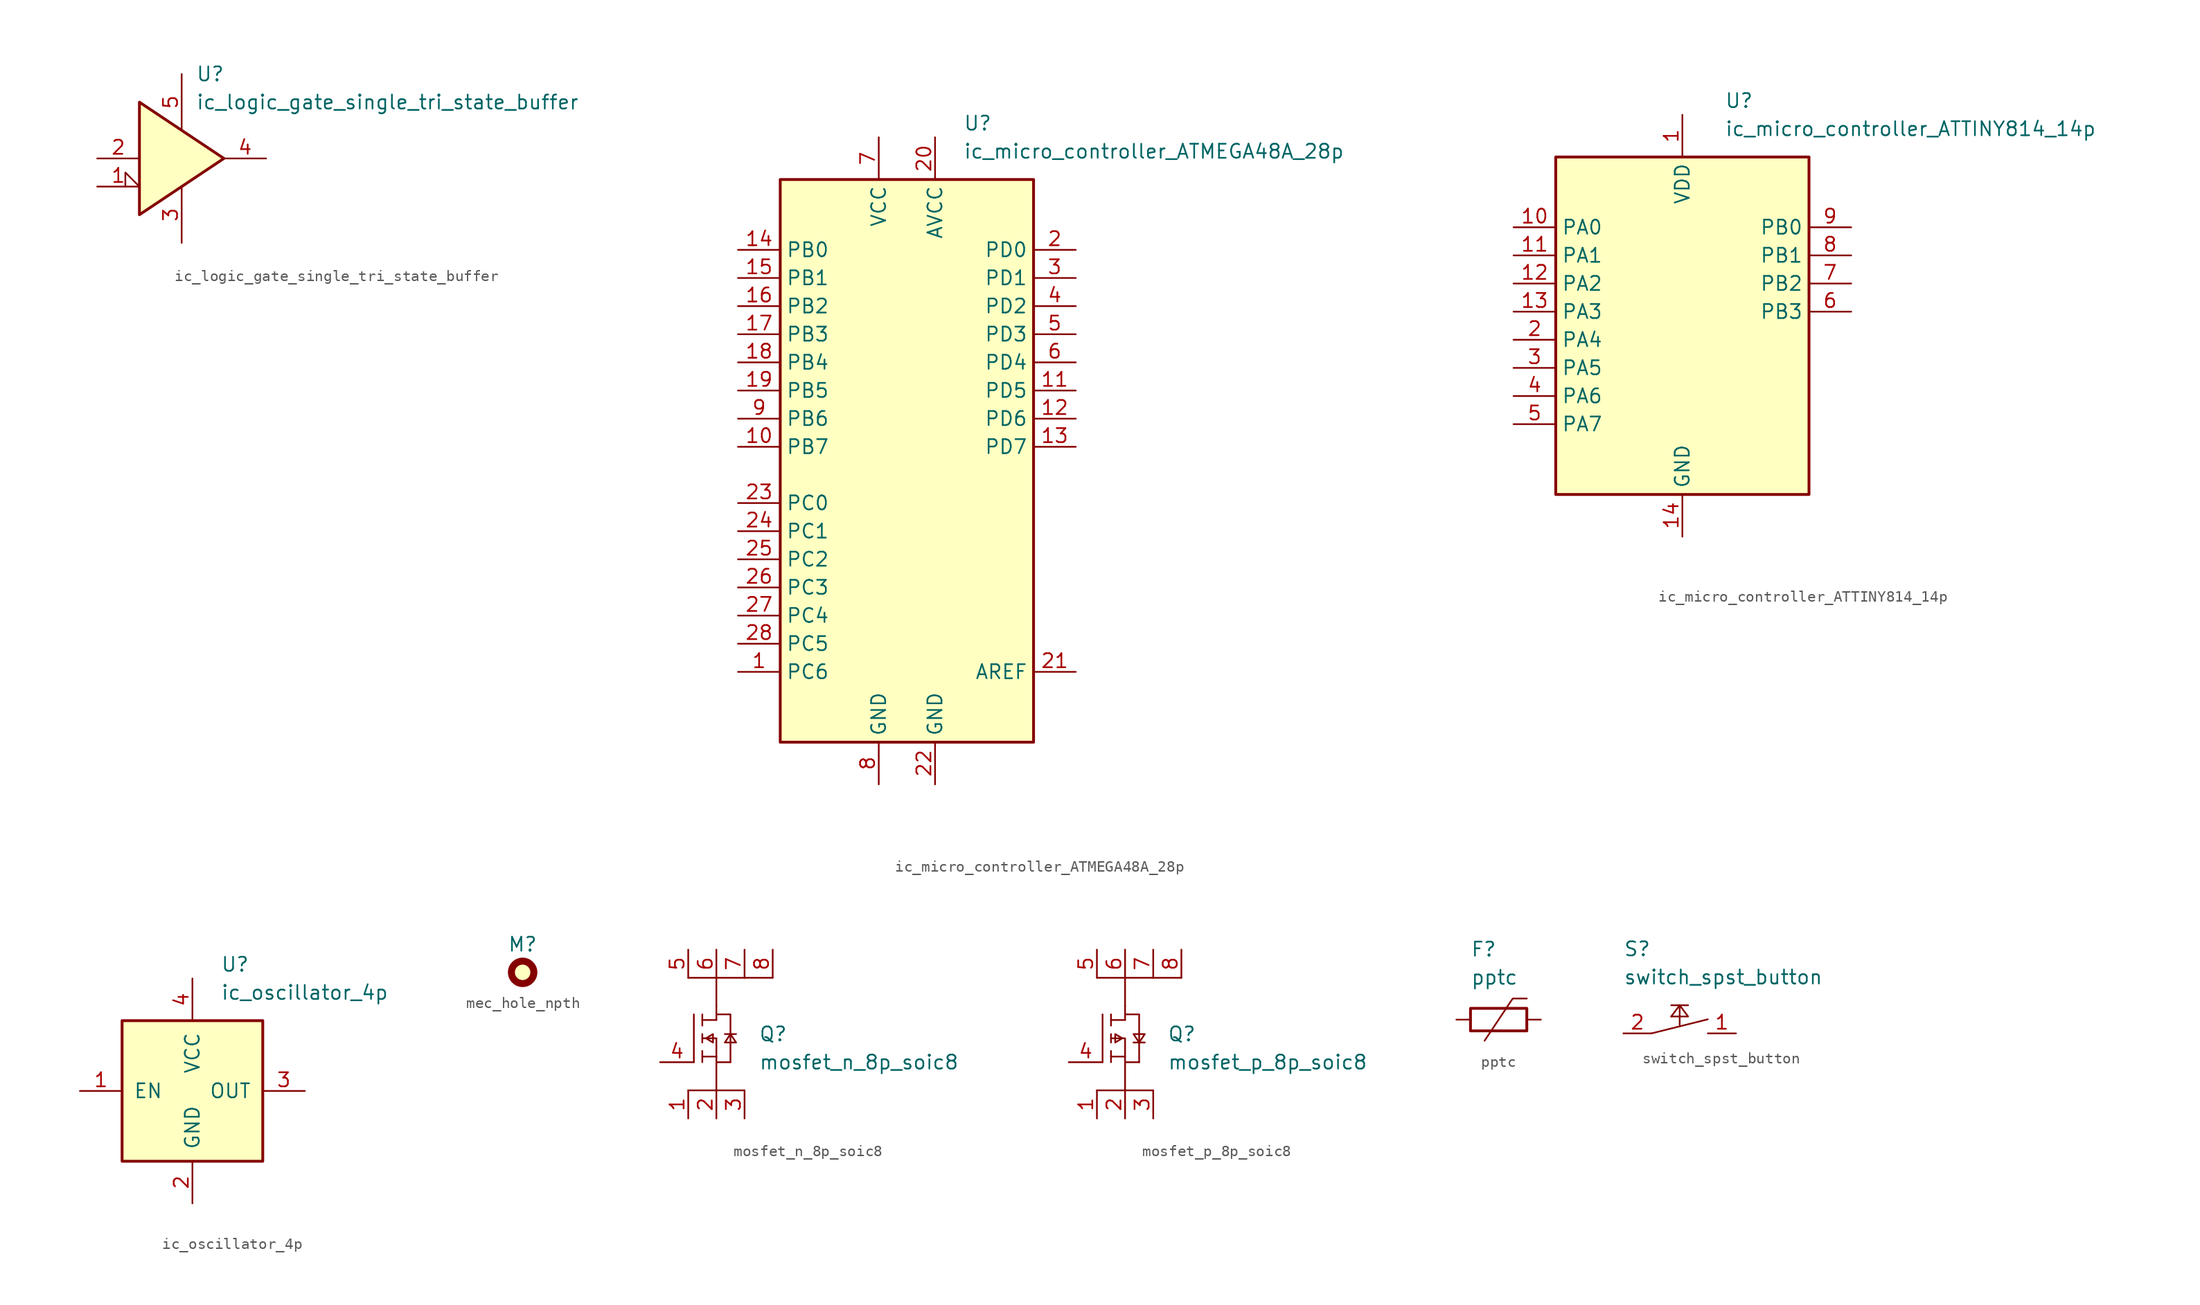
<source format=kicad_sym>
(kicad_symbol_lib
  (version 20241209)
  (generator "kicad_symbol_editor")
  (generator_version "9.0")
  (symbol "ic_logic_gate_single_tri_state_buffer"
    (pin_names
      (offset 1.016))
    (property "Reference" "U"
      (at 8.89 7.62 0)
      (effects (font (size 1.27 1.27)) (justify left)))
    (property "Value" "ic_logic_gate_single_tri_state_buffer"
      (at 8.89 5.08 0)
      (effects (font (size 1.27 1.27)) (justify left)))
    (symbol "ic_logic_gate_single_tri_state_buffer_1_1"
      (polyline (pts (xy 11.43 0) (xy 3.81 5.08) (xy 3.81 -5.08) (xy 11.43 0)) (stroke (width 0.254) (type default)) (fill (type background)))
      (pin input line (at 0 0 0) (length 3.81) (name "~" (effects (font (size 1.27 1.27)))) (number "2" (effects (font (size 1.27 1.27)))))
      (pin input input_low (at 0 -2.54 0) (length 3.81) (name "~" (effects (font (size 1.27 1.27)))) (number "1" (effects (font (size 1.27 1.27)))))
      (pin power_in line (at 7.62 7.62 270) (length 5.08) (name "~" (effects (font (size 1.27 1.27)))) (number "5" (effects (font (size 1.27 1.27)))))
      (pin power_in line (at 7.62 -7.62 90) (length 5.08) (name "~" (effects (font (size 1.27 1.27)))) (number "3" (effects (font (size 1.27 1.27)))))
      (pin tri_state line (at 15.24 0 180) (length 3.81) (name "~" (effects (font (size 1.27 1.27)))) (number "4" (effects (font (size 1.27 1.27)))))))
  (symbol "ic_micro_controller_ATMEGA48A_28p"
    (property "Reference" "U"
      (at 20.32 11.43 0)
      (effects (font (size 1.27 1.27)) (justify left)))
    (property "Value" "ic_micro_controller_ATMEGA48A_28p"
      (at 20.32 8.89 0)
      (effects (font (size 1.27 1.27)) (justify left)))
    (symbol "ic_micro_controller_ATMEGA48A_28p_0_1"
      (rectangle (start 3.81 6.35) (end 26.67 -44.45) (stroke (width 0.254) (type default)) (fill (type background))))
    (symbol "ic_micro_controller_ATMEGA48A_28p_1_1"
      (pin bidirectional line (at 0 0 0) (length 3.81) (name "PB0" (effects (font (size 1.27 1.27)))) (number "14" (effects (font (size 1.27 1.27)))))
      (pin bidirectional line (at 0 -2.54 0) (length 3.81) (name "PB1" (effects (font (size 1.27 1.27)))) (number "15" (effects (font (size 1.27 1.27)))))
      (pin bidirectional line (at 0 -5.08 0) (length 3.81) (name "PB2" (effects (font (size 1.27 1.27)))) (number "16" (effects (font (size 1.27 1.27)))))
      (pin bidirectional line (at 0 -7.62 0) (length 3.81) (name "PB3" (effects (font (size 1.27 1.27)))) (number "17" (effects (font (size 1.27 1.27)))))
      (pin bidirectional line (at 0 -10.16 0) (length 3.81) (name "PB4" (effects (font (size 1.27 1.27)))) (number "18" (effects (font (size 1.27 1.27)))))
      (pin bidirectional line (at 0 -12.7 0) (length 3.81) (name "PB5" (effects (font (size 1.27 1.27)))) (number "19" (effects (font (size 1.27 1.27)))))
      (pin bidirectional line (at 0 -15.24 0) (length 3.81) (name "PB6" (effects (font (size 1.27 1.27)))) (number "9" (effects (font (size 1.27 1.27)))))
      (pin bidirectional line (at 0 -17.78 0) (length 3.81) (name "PB7" (effects (font (size 1.27 1.27)))) (number "10" (effects (font (size 1.27 1.27)))))
      (pin bidirectional line (at 0 -22.86 0) (length 3.81) (name "PC0" (effects (font (size 1.27 1.27)))) (number "23" (effects (font (size 1.27 1.27)))))
      (pin bidirectional line (at 0 -25.4 0) (length 3.81) (name "PC1" (effects (font (size 1.27 1.27)))) (number "24" (effects (font (size 1.27 1.27)))))
      (pin bidirectional line (at 0 -27.94 0) (length 3.81) (name "PC2" (effects (font (size 1.27 1.27)))) (number "25" (effects (font (size 1.27 1.27)))))
      (pin bidirectional line (at 0 -30.48 0) (length 3.81) (name "PC3" (effects (font (size 1.27 1.27)))) (number "26" (effects (font (size 1.27 1.27)))))
      (pin bidirectional line (at 0 -33.02 0) (length 3.81) (name "PC4" (effects (font (size 1.27 1.27)))) (number "27" (effects (font (size 1.27 1.27)))))
      (pin bidirectional line (at 0 -35.56 0) (length 3.81) (name "PC5" (effects (font (size 1.27 1.27)))) (number "28" (effects (font (size 1.27 1.27)))))
      (pin bidirectional line (at 0 -38.1 0) (length 3.81) (name "PC6" (effects (font (size 1.27 1.27)))) (number "1" (effects (font (size 1.27 1.27)))))
      (pin power_in line (at 12.7 10.16 270) (length 3.81) (name "VCC" (effects (font (size 1.27 1.27)))) (number "7" (effects (font (size 1.27 1.27)))))
      (pin power_in line (at 12.7 -48.26 90) (length 3.81) (name "GND" (effects (font (size 1.27 1.27)))) (number "8" (effects (font (size 1.27 1.27)))))
      (pin power_in line (at 17.78 10.16 270) (length 3.81) (name "AVCC" (effects (font (size 1.27 1.27)))) (number "20" (effects (font (size 1.27 1.27)))))
      (pin power_in line (at 17.78 -48.26 90) (length 3.81) (name "GND" (effects (font (size 1.27 1.27)))) (number "22" (effects (font (size 1.27 1.27)))))
      (pin bidirectional line (at 30.48 0 180) (length 3.81) (name "PD0" (effects (font (size 1.27 1.27)))) (number "2" (effects (font (size 1.27 1.27)))))
      (pin bidirectional line (at 30.48 -2.54 180) (length 3.81) (name "PD1" (effects (font (size 1.27 1.27)))) (number "3" (effects (font (size 1.27 1.27)))))
      (pin bidirectional line (at 30.48 -5.08 180) (length 3.81) (name "PD2" (effects (font (size 1.27 1.27)))) (number "4" (effects (font (size 1.27 1.27)))))
      (pin bidirectional line (at 30.48 -7.62 180) (length 3.81) (name "PD3" (effects (font (size 1.27 1.27)))) (number "5" (effects (font (size 1.27 1.27)))))
      (pin bidirectional line (at 30.48 -10.16 180) (length 3.81) (name "PD4" (effects (font (size 1.27 1.27)))) (number "6" (effects (font (size 1.27 1.27)))))
      (pin bidirectional line (at 30.48 -12.7 180) (length 3.81) (name "PD5" (effects (font (size 1.27 1.27)))) (number "11" (effects (font (size 1.27 1.27)))))
      (pin bidirectional line (at 30.48 -15.24 180) (length 3.81) (name "PD6" (effects (font (size 1.27 1.27)))) (number "12" (effects (font (size 1.27 1.27)))))
      (pin bidirectional line (at 30.48 -17.78 180) (length 3.81) (name "PD7" (effects (font (size 1.27 1.27)))) (number "13" (effects (font (size 1.27 1.27)))))
      (pin power_in line (at 30.48 -38.1 180) (length 3.81) (name "AREF" (effects (font (size 1.27 1.27)))) (number "21" (effects (font (size 1.27 1.27)))))))
  (symbol "ic_micro_controller_ATTINY814_14p"
    (property "Reference" "U"
      (at 19.05 11.43 0)
      (effects (font (size 1.27 1.27)) (justify left)))
    (property "Value" "ic_micro_controller_ATTINY814_14p"
      (at 19.05 8.89 0)
      (effects (font (size 1.27 1.27)) (justify left)))
    (symbol "ic_micro_controller_ATTINY814_14p_0_1"
      (rectangle (start 3.81 6.35) (end 26.67 -24.13) (stroke (width 0.254) (type default)) (fill (type background))))
    (symbol "ic_micro_controller_ATTINY814_14p_1_1"
      (pin bidirectional line (at 0 0 0) (length 3.81) (name "PA0" (effects (font (size 1.27 1.27)))) (number "10" (effects (font (size 1.27 1.27)))))
      (pin bidirectional line (at 0 -2.54 0) (length 3.81) (name "PA1" (effects (font (size 1.27 1.27)))) (number "11" (effects (font (size 1.27 1.27)))))
      (pin bidirectional line (at 0 -5.08 0) (length 3.81) (name "PA2" (effects (font (size 1.27 1.27)))) (number "12" (effects (font (size 1.27 1.27)))))
      (pin bidirectional line (at 0 -7.62 0) (length 3.81) (name "PA3" (effects (font (size 1.27 1.27)))) (number "13" (effects (font (size 1.27 1.27)))))
      (pin bidirectional line (at 0 -10.16 0) (length 3.81) (name "PA4" (effects (font (size 1.27 1.27)))) (number "2" (effects (font (size 1.27 1.27)))))
      (pin bidirectional line (at 0 -12.7 0) (length 3.81) (name "PA5" (effects (font (size 1.27 1.27)))) (number "3" (effects (font (size 1.27 1.27)))))
      (pin bidirectional line (at 0 -15.24 0) (length 3.81) (name "PA6" (effects (font (size 1.27 1.27)))) (number "4" (effects (font (size 1.27 1.27)))))
      (pin bidirectional line (at 0 -17.78 0) (length 3.81) (name "PA7" (effects (font (size 1.27 1.27)))) (number "5" (effects (font (size 1.27 1.27)))))
      (pin power_in line (at 15.24 10.16 270) (length 3.81) (name "VDD" (effects (font (size 1.27 1.27)))) (number "1" (effects (font (size 1.27 1.27)))))
      (pin power_in line (at 15.24 -27.94 90) (length 3.81) (name "GND" (effects (font (size 1.27 1.27)))) (number "14" (effects (font (size 1.27 1.27)))))
      (pin bidirectional line (at 30.48 0 180) (length 3.81) (name "PB0" (effects (font (size 1.27 1.27)))) (number "9" (effects (font (size 1.27 1.27)))))
      (pin bidirectional line (at 30.48 -2.54 180) (length 3.81) (name "PB1" (effects (font (size 1.27 1.27)))) (number "8" (effects (font (size 1.27 1.27)))))
      (pin bidirectional line (at 30.48 -5.08 180) (length 3.81) (name "PB2" (effects (font (size 1.27 1.27)))) (number "7" (effects (font (size 1.27 1.27)))))
      (pin bidirectional line (at 30.48 -7.62 180) (length 3.81) (name "PB3" (effects (font (size 1.27 1.27)))) (number "6" (effects (font (size 1.27 1.27)))))))
  (symbol "ic_oscillator_4p"
    (pin_names
      (offset 1.016))
    (property "Reference" "U"
      (at 12.7 11.43 0)
      (effects (font (size 1.27 1.27)) (justify left)))
    (property "Value" "ic_oscillator_4p"
      (at 12.7 8.89 0)
      (effects (font (size 1.27 1.27)) (justify left)))
    (symbol "ic_oscillator_4p_0_1"
      (rectangle (start 3.81 6.35) (end 16.51 -6.35) (stroke (width 0.254) (type default)) (fill (type background))))
    (symbol "ic_oscillator_4p_1_1"
      (pin input line (at 0 0 0) (length 3.81) (name "EN" (effects (font (size 1.27 1.27)))) (number "1" (effects (font (size 1.27 1.27)))))
      (pin power_in line (at 10.16 10.16 270) (length 3.81) (name "VCC" (effects (font (size 1.27 1.27)))) (number "4" (effects (font (size 1.27 1.27)))))
      (pin power_in line (at 10.16 -10.16 90) (length 3.81) (name "GND" (effects (font (size 1.27 1.27)))) (number "2" (effects (font (size 1.27 1.27)))))
      (pin output line (at 20.32 0 180) (length 3.81) (name "OUT" (effects (font (size 1.27 1.27)))) (number "3" (effects (font (size 1.27 1.27)))))))
  (symbol "mec_hole_npth"
    (pin_numbers
      (hide yes))
    (pin_names
      (hide yes))
    (property "Reference" "M"
      (at 0 2.54 0)
      (effects (font (size 1.27 1.27))))
    (symbol "mec_hole_npth_1_1"
      (circle (center 0 0) (radius 1.016) (stroke (width 0.635) (type solid)) (fill (type background)))))
  (symbol "mosfet_n_8p_soic8"
    (property "Reference" "Q"
      (at 8.89 2.54 0)
      (effects (font (size 1.27 1.27)) (justify left)))
    (property "Value" "mosfet_n_8p_soic8"
      (at 8.89 0 0)
      (effects (font (size 1.27 1.27)) (justify left)))
    (symbol "mosfet_n_8p_soic8_0_1"
      (polyline (pts (xy 3.048 4.318) (xy 3.048 0)) (stroke (width 0) (type default)) (fill (type none)))
      (polyline (pts (xy 3.81 4.318) (xy 3.81 3.302)) (stroke (width 0) (type default)) (fill (type none)))
      (polyline (pts (xy 3.81 2.159) (xy 5.08 2.159) (xy 5.08 0)) (stroke (width 0) (type default)) (fill (type none)))
      (polyline (pts (xy 3.81 1.778) (xy 3.81 2.54)) (stroke (width 0) (type default)) (fill (type none)))
      (polyline (pts (xy 3.81 0.508) (xy 5.08 0.508)) (stroke (width 0) (type default)) (fill (type none)))
      (polyline (pts (xy 3.81 0) (xy 3.81 1.016)) (stroke (width 0) (type default)) (fill (type none)))
      (polyline (pts (xy 4.14 2.159) (xy 4.775 2.54) (xy 4.775 1.778) (xy 4.14 2.159)) (stroke (width 0) (type default)) (fill (type none)))
      (polyline (pts (xy 5.08 5.08) (xy 5.08 7.62)) (stroke (width 0) (type default)) (fill (type none)))
      (polyline (pts (xy 5.08 5.08) (xy 5.08 3.81)) (stroke (width 0) (type default)) (fill (type none)))
      (polyline (pts (xy 5.08 4.318) (xy 6.35 4.318) (xy 6.35 0)) (stroke (width 0) (type default)) (fill (type none)))
      (polyline (pts (xy 5.08 3.81) (xy 3.81 3.81)) (stroke (width 0) (type default)) (fill (type none)))
      (polyline (pts (xy 5.08 0) (xy 5.08 -2.54)) (stroke (width 0) (type default)) (fill (type none)))
      (polyline (pts (xy 5.842 2.54) (xy 6.858 2.54)) (stroke (width 0) (type default)) (fill (type none)))
      (polyline (pts (xy 6.35 2.54) (xy 5.842 1.778) (xy 6.858 1.778) (xy 6.35 2.54)) (stroke (width 0) (type default)) (fill (type none)))
      (polyline (pts (xy 6.35 0) (xy 5.08 0)) (stroke (width 0) (type default)) (fill (type none)))
      (polyline (pts (xy 7.62 7.62) (xy 2.54 7.62)) (stroke (width 0) (type default)) (fill (type none)))
      (polyline (pts (xy 7.62 7.62) (xy 10.16 7.62)) (stroke (width 0) (type default)) (fill (type none)))
      (polyline (pts (xy 7.62 -2.54) (xy 2.54 -2.54)) (stroke (width 0) (type default)) (fill (type none))))
    (symbol "mosfet_n_8p_soic8_1_1"
      (pin passive line (at 0 0 0) (length 3.048) (name "" (effects (font (size 1.27 1.27)))) (number "4" (effects (font (size 1.27 1.27)))))
      (pin passive line (at 2.54 10.16 270) (length 2.54) (name "" (effects (font (size 1.27 1.27)))) (number "5" (effects (font (size 1.27 1.27)))))
      (pin passive line (at 2.54 -5.08 90) (length 2.54) (name "" (effects (font (size 1.27 1.27)))) (number "1" (effects (font (size 1.27 1.27)))))
      (pin passive line (at 5.08 10.16 270) (length 2.54) (name "" (effects (font (size 1.27 1.27)))) (number "6" (effects (font (size 1.27 1.27)))))
      (pin passive line (at 5.08 -5.08 90) (length 2.54) (name "" (effects (font (size 1.27 1.27)))) (number "2" (effects (font (size 1.27 1.27)))))
      (pin passive line (at 7.62 10.16 270) (length 2.54) (name "" (effects (font (size 1.27 1.27)))) (number "7" (effects (font (size 1.27 1.27)))))
      (pin passive line (at 7.62 -5.08 90) (length 2.54) (name "" (effects (font (size 1.27 1.27)))) (number "3" (effects (font (size 1.27 1.27)))))
      (pin passive line (at 10.16 10.16 270) (length 2.54) (name "" (effects (font (size 1.27 1.27)))) (number "8" (effects (font (size 1.27 1.27)))))))
  (symbol "mosfet_p_8p_soic8"
    (property "Reference" "Q"
      (at 8.89 2.54 0)
      (effects (font (size 1.27 1.27)) (justify left)))
    (property "Value" "mosfet_p_8p_soic8"
      (at 8.89 0 0)
      (effects (font (size 1.27 1.27)) (justify left)))
    (symbol "mosfet_p_8p_soic8_0_1"
      (polyline (pts (xy 3.048 4.318) (xy 3.048 0)) (stroke (width 0) (type default)) (fill (type none)))
      (polyline (pts (xy 3.81 4.318) (xy 3.81 3.302)) (stroke (width 0) (type default)) (fill (type none)))
      (polyline (pts (xy 3.81 2.159) (xy 5.08 2.159) (xy 5.08 0)) (stroke (width 0) (type default)) (fill (type none)))
      (polyline (pts (xy 3.81 1.778) (xy 3.81 2.54)) (stroke (width 0) (type default)) (fill (type none)))
      (polyline (pts (xy 3.81 0.508) (xy 5.08 0.508)) (stroke (width 0) (type default)) (fill (type none)))
      (polyline (pts (xy 3.81 0) (xy 3.81 1.016)) (stroke (width 0) (type default)) (fill (type none)))
      (polyline (pts (xy 4.826 2.159) (xy 4.191 1.778) (xy 4.191 2.54) (xy 4.826 2.159)) (stroke (width 0) (type default)) (fill (type none)))
      (polyline (pts (xy 5.08 5.08) (xy 5.08 7.62)) (stroke (width 0) (type default)) (fill (type none)))
      (polyline (pts (xy 5.08 5.08) (xy 5.08 3.81)) (stroke (width 0) (type default)) (fill (type none)))
      (polyline (pts (xy 5.08 4.318) (xy 6.35 4.318) (xy 6.35 0)) (stroke (width 0) (type default)) (fill (type none)))
      (polyline (pts (xy 5.08 3.81) (xy 3.81 3.81)) (stroke (width 0) (type default)) (fill (type none)))
      (polyline (pts (xy 5.08 0) (xy 5.08 -2.54)) (stroke (width 0) (type default)) (fill (type none)))
      (polyline (pts (xy 5.842 1.778) (xy 6.858 1.778)) (stroke (width 0) (type default)) (fill (type none)))
      (polyline (pts (xy 6.35 1.778) (xy 6.858 2.54) (xy 5.842 2.54) (xy 6.35 1.778)) (stroke (width 0) (type default)) (fill (type none)))
      (polyline (pts (xy 6.35 0) (xy 5.08 0)) (stroke (width 0) (type default)) (fill (type none)))
      (polyline (pts (xy 7.62 7.62) (xy 2.54 7.62)) (stroke (width 0) (type default)) (fill (type none)))
      (polyline (pts (xy 7.62 7.62) (xy 10.16 7.62)) (stroke (width 0) (type default)) (fill (type none)))
      (polyline (pts (xy 7.62 -2.54) (xy 2.54 -2.54)) (stroke (width 0) (type default)) (fill (type none))))
    (symbol "mosfet_p_8p_soic8_1_1"
      (pin passive line (at 0 0 0) (length 3.048) (name "" (effects (font (size 1.27 1.27)))) (number "4" (effects (font (size 1.27 1.27)))))
      (pin passive line (at 2.54 10.16 270) (length 2.54) (name "" (effects (font (size 1.27 1.27)))) (number "5" (effects (font (size 1.27 1.27)))))
      (pin passive line (at 2.54 -5.08 90) (length 2.54) (name "" (effects (font (size 1.27 1.27)))) (number "1" (effects (font (size 1.27 1.27)))))
      (pin passive line (at 5.08 10.16 270) (length 2.54) (name "" (effects (font (size 1.27 1.27)))) (number "6" (effects (font (size 1.27 1.27)))))
      (pin passive line (at 5.08 -5.08 90) (length 2.54) (name "" (effects (font (size 1.27 1.27)))) (number "2" (effects (font (size 1.27 1.27)))))
      (pin passive line (at 7.62 10.16 270) (length 2.54) (name "" (effects (font (size 1.27 1.27)))) (number "7" (effects (font (size 1.27 1.27)))))
      (pin passive line (at 7.62 -5.08 90) (length 2.54) (name "" (effects (font (size 1.27 1.27)))) (number "3" (effects (font (size 1.27 1.27)))))
      (pin passive line (at 10.16 10.16 270) (length 2.54) (name "" (effects (font (size 1.27 1.27)))) (number "8" (effects (font (size 1.27 1.27)))))))
  (symbol "pptc"
    (pin_numbers
      (hide yes))
    (pin_names
      (offset 0)
      (hide yes))
    (property "Reference" "F"
      (at 1.27 6.35 0)
      (effects (font (size 1.27 1.27)) (justify left)))
    (property "Value" "pptc"
      (at 1.27 3.81 0)
      (effects (font (size 1.27 1.27)) (justify left)))
    (symbol "pptc_0_1"
      (polyline (pts (xy 2.54 -1.905) (xy 5.08 1.905) (xy 6.35 1.905)) (stroke (width 0) (type default)) (fill (type none)))
      (rectangle (start 6.35 -1.016) (end 1.27 1.016) (stroke (width 0.254) (type default)) (fill (type none))))
    (symbol "pptc_1_1"
      (pin passive line (at 0 0 0) (length 1.27) (name "~" (effects (font (size 1.27 1.27)))) (number "1" (effects (font (size 1.27 1.27)))))
      (pin passive line (at 7.62 0 180) (length 1.27) (name "~" (effects (font (size 1.27 1.27)))) (number "2" (effects (font (size 1.27 1.27)))))))
  (symbol "switch_spst_button"
    (pin_names
      (offset 1.016)
      (hide yes))
    (property "Reference" "S"
      (at 0 7.62 0)
      (effects (font (size 1.27 1.27)) (justify left)))
    (property "Value" "switch_spst_button"
      (at 0 5.08 0)
      (effects (font (size 1.27 1.27)) (justify left)))
    (symbol "switch_spst_button_0_1"
      (polyline (pts (xy 2.54 0) (xy 7.62 1.27)) (stroke (width 0) (type default)) (fill (type none)))
      (polyline (pts (xy 5.08 2.54) (xy 4.318 2.54)) (stroke (width 0) (type default)) (fill (type none)))
      (polyline (pts (xy 5.08 2.54) (xy 4.318 1.524)) (stroke (width 0) (type default)) (fill (type none)))
      (polyline (pts (xy 5.08 2.54) (xy 5.842 1.524) (xy 4.318 1.524)) (stroke (width 0) (type default)) (fill (type none)))
      (polyline (pts (xy 5.08 0.762) (xy 5.08 2.54) (xy 5.842 2.54)) (stroke (width 0) (type default)) (fill (type none))))
    (symbol "switch_spst_button_1_1"
      (pin passive line (at 0 0 0) (length 2.54) (name "~" (effects (font (size 1.27 1.27)))) (number "2" (effects (font (size 1.27 1.27)))))
      (pin passive line (at 10.16 0 180) (length 2.54) (name "~" (effects (font (size 1.27 1.27)))) (number "1" (effects (font (size 1.27 1.27))))))))
</source>
